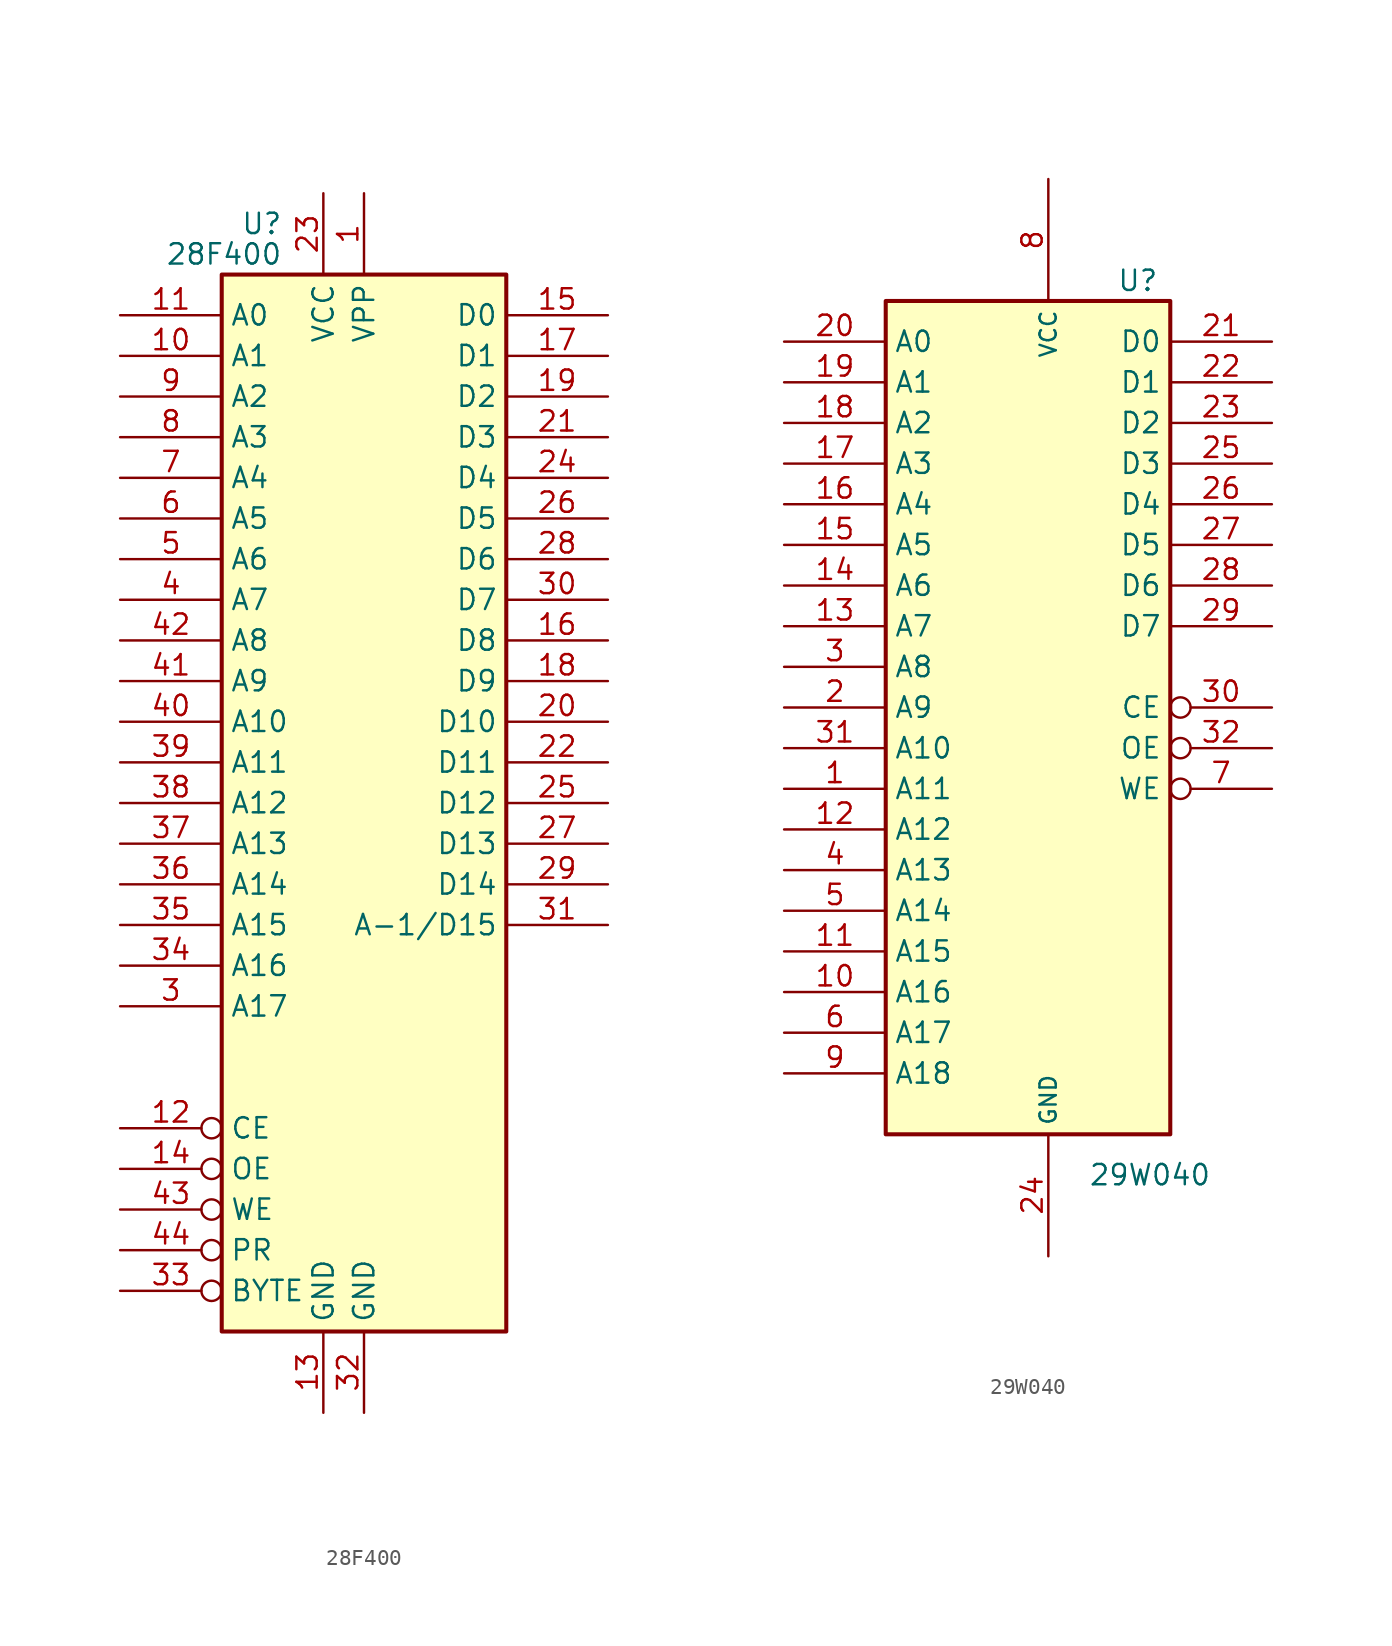
<source format=kicad_sym>
(kicad_symbol_lib
  (version 20201005)
  (generator kicad_symbol_editor)
  (symbol "Memory_Flash:28F400"
    (property "Reference" "U"
      (at -5.08 36.195 0)
      (effects (font (size 1.27 1.27)) (justify right)))
    (property "Value" "28F400"
      (at -5.08 34.29 0)
      (effects (font (size 1.27 1.27)) (justify right)))
    (symbol "28F400_0_1"
      (rectangle (start -8.89 33.02) (end 8.89 -33.02) (stroke (width 0.254)) (fill (type background))))
    (symbol "28F400_1_1"
      (pin power_in line (at 0 38.1 270) (length 5.08) (name "VPP" (effects (font (size 1.27 1.27)))) (number "1" (effects (font (size 1.27 1.27)))))
      (pin input line (at -15.24 27.94 0) (length 6.35) (name "A1" (effects (font (size 1.27 1.27)))) (number "10" (effects (font (size 1.27 1.27)))))
      (pin input line (at -15.24 30.48 0) (length 6.35) (name "A0" (effects (font (size 1.27 1.27)))) (number "11" (effects (font (size 1.27 1.27)))))
      (pin input inverted (at -15.24 -20.32 0) (length 6.35) (name "CE" (effects (font (size 1.27 1.27)))) (number "12" (effects (font (size 1.27 1.27)))))
      (pin power_in line (at -2.54 -38.1 90) (length 5.08) (name "GND" (effects (font (size 1.27 1.27)))) (number "13" (effects (font (size 1.27 1.27)))))
      (pin input inverted (at -15.24 -22.86 0) (length 6.35) (name "OE" (effects (font (size 1.27 1.27)))) (number "14" (effects (font (size 1.27 1.27)))))
      (pin tri_state line (at 15.24 30.48 180) (length 6.35) (name "D0" (effects (font (size 1.27 1.27)))) (number "15" (effects (font (size 1.27 1.27)))))
      (pin tri_state line (at 15.24 10.16 180) (length 6.35) (name "D8" (effects (font (size 1.27 1.27)))) (number "16" (effects (font (size 1.27 1.27)))))
      (pin tri_state line (at 15.24 27.94 180) (length 6.35) (name "D1" (effects (font (size 1.27 1.27)))) (number "17" (effects (font (size 1.27 1.27)))))
      (pin tri_state line (at 15.24 7.62 180) (length 6.35) (name "D9" (effects (font (size 1.27 1.27)))) (number "18" (effects (font (size 1.27 1.27)))))
      (pin tri_state line (at 15.24 25.4 180) (length 6.35) (name "D2" (effects (font (size 1.27 1.27)))) (number "19" (effects (font (size 1.27 1.27)))))
      (pin no_connect line (at 15.24 -30.48 180) (length 6.35) hide (name "DU" (effects (font (size 1.27 1.27)))) (number "2" (effects (font (size 1.27 1.27)))))
      (pin tri_state line (at 15.24 5.08 180) (length 6.35) (name "D10" (effects (font (size 1.27 1.27)))) (number "20" (effects (font (size 1.27 1.27)))))
      (pin tri_state line (at 15.24 22.86 180) (length 6.35) (name "D3" (effects (font (size 1.27 1.27)))) (number "21" (effects (font (size 1.27 1.27)))))
      (pin tri_state line (at 15.24 2.54 180) (length 6.35) (name "D11" (effects (font (size 1.27 1.27)))) (number "22" (effects (font (size 1.27 1.27)))))
      (pin power_in line (at -2.54 38.1 270) (length 5.08) (name "VCC" (effects (font (size 1.27 1.27)))) (number "23" (effects (font (size 1.27 1.27)))))
      (pin tri_state line (at 15.24 20.32 180) (length 6.35) (name "D4" (effects (font (size 1.27 1.27)))) (number "24" (effects (font (size 1.27 1.27)))))
      (pin tri_state line (at 15.24 0 180) (length 6.35) (name "D12" (effects (font (size 1.27 1.27)))) (number "25" (effects (font (size 1.27 1.27)))))
      (pin tri_state line (at 15.24 17.78 180) (length 6.35) (name "D5" (effects (font (size 1.27 1.27)))) (number "26" (effects (font (size 1.27 1.27)))))
      (pin tri_state line (at 15.24 -2.54 180) (length 6.35) (name "D13" (effects (font (size 1.27 1.27)))) (number "27" (effects (font (size 1.27 1.27)))))
      (pin tri_state line (at 15.24 15.24 180) (length 6.35) (name "D6" (effects (font (size 1.27 1.27)))) (number "28" (effects (font (size 1.27 1.27)))))
      (pin tri_state line (at 15.24 -5.08 180) (length 6.35) (name "D14" (effects (font (size 1.27 1.27)))) (number "29" (effects (font (size 1.27 1.27)))))
      (pin input line (at -15.24 -12.7 0) (length 6.35) (name "A17" (effects (font (size 1.27 1.27)))) (number "3" (effects (font (size 1.27 1.27)))))
      (pin tri_state line (at 15.24 12.7 180) (length 6.35) (name "D7" (effects (font (size 1.27 1.27)))) (number "30" (effects (font (size 1.27 1.27)))))
      (pin tri_state line (at 15.24 -7.62 180) (length 6.35) (name "A-1/D15" (effects (font (size 1.27 1.27)))) (number "31" (effects (font (size 1.27 1.27)))))
      (pin power_in line (at 0 -38.1 90) (length 5.08) (name "GND" (effects (font (size 1.27 1.27)))) (number "32" (effects (font (size 1.27 1.27)))))
      (pin input inverted (at -15.24 -30.48 0) (length 6.35) (name "BYTE" (effects (font (size 1.27 1.27)))) (number "33" (effects (font (size 1.27 1.27)))))
      (pin input line (at -15.24 -10.16 0) (length 6.35) (name "A16" (effects (font (size 1.27 1.27)))) (number "34" (effects (font (size 1.27 1.27)))))
      (pin input line (at -15.24 -7.62 0) (length 6.35) (name "A15" (effects (font (size 1.27 1.27)))) (number "35" (effects (font (size 1.27 1.27)))))
      (pin input line (at -15.24 -5.08 0) (length 6.35) (name "A14" (effects (font (size 1.27 1.27)))) (number "36" (effects (font (size 1.27 1.27)))))
      (pin input line (at -15.24 -2.54 0) (length 6.35) (name "A13" (effects (font (size 1.27 1.27)))) (number "37" (effects (font (size 1.27 1.27)))))
      (pin input line (at -15.24 0 0) (length 6.35) (name "A12" (effects (font (size 1.27 1.27)))) (number "38" (effects (font (size 1.27 1.27)))))
      (pin input line (at -15.24 2.54 0) (length 6.35) (name "A11" (effects (font (size 1.27 1.27)))) (number "39" (effects (font (size 1.27 1.27)))))
      (pin input line (at -15.24 12.7 0) (length 6.35) (name "A7" (effects (font (size 1.27 1.27)))) (number "4" (effects (font (size 1.27 1.27)))))
      (pin input line (at -15.24 5.08 0) (length 6.35) (name "A10" (effects (font (size 1.27 1.27)))) (number "40" (effects (font (size 1.27 1.27)))))
      (pin input line (at -15.24 7.62 0) (length 6.35) (name "A9" (effects (font (size 1.27 1.27)))) (number "41" (effects (font (size 1.27 1.27)))))
      (pin input line (at -15.24 10.16 0) (length 6.35) (name "A8" (effects (font (size 1.27 1.27)))) (number "42" (effects (font (size 1.27 1.27)))))
      (pin input inverted (at -15.24 -25.4 0) (length 6.35) (name "WE" (effects (font (size 1.27 1.27)))) (number "43" (effects (font (size 1.27 1.27)))))
      (pin input inverted (at -15.24 -27.94 0) (length 6.35) (name "PR" (effects (font (size 1.27 1.27)))) (number "44" (effects (font (size 1.27 1.27)))))
      (pin input line (at -15.24 15.24 0) (length 6.35) (name "A6" (effects (font (size 1.27 1.27)))) (number "5" (effects (font (size 1.27 1.27)))))
      (pin input line (at -15.24 17.78 0) (length 6.35) (name "A5" (effects (font (size 1.27 1.27)))) (number "6" (effects (font (size 1.27 1.27)))))
      (pin input line (at -15.24 20.32 0) (length 6.35) (name "A4" (effects (font (size 1.27 1.27)))) (number "7" (effects (font (size 1.27 1.27)))))
      (pin input line (at -15.24 22.86 0) (length 6.35) (name "A3" (effects (font (size 1.27 1.27)))) (number "8" (effects (font (size 1.27 1.27)))))
      (pin input line (at -15.24 25.4 0) (length 6.35) (name "A2" (effects (font (size 1.27 1.27)))) (number "9" (effects (font (size 1.27 1.27)))))))
  (symbol "Memory_Flash:29W040"
    (property "Reference" "U"
      (at 6.858 24.13 0)
      (effects (font (size 1.27 1.27))))
    (property "Value" "29W040"
      (at 7.62 -31.75 0)
      (effects (font (size 1.27 1.27))))
    (symbol "29W040_0_1"
      (rectangle (start -8.89 22.86) (end 8.89 -29.21) (stroke (width 0.254)) (fill (type background))))
    (symbol "29W040_1_1"
      (pin input line (at -15.24 -7.62 0) (length 6.35) (name "A11" (effects (font (size 1.27 1.27)))) (number "1" (effects (font (size 1.27 1.27)))))
      (pin input line (at -15.24 -20.32 0) (length 6.35) (name "A16" (effects (font (size 1.27 1.27)))) (number "10" (effects (font (size 1.27 1.27)))))
      (pin input line (at -15.24 -17.78 0) (length 6.35) (name "A15" (effects (font (size 1.27 1.27)))) (number "11" (effects (font (size 1.27 1.27)))))
      (pin input line (at -15.24 -10.16 0) (length 6.35) (name "A12" (effects (font (size 1.27 1.27)))) (number "12" (effects (font (size 1.27 1.27)))))
      (pin input line (at -15.24 2.54 0) (length 6.35) (name "A7" (effects (font (size 1.27 1.27)))) (number "13" (effects (font (size 1.27 1.27)))))
      (pin input line (at -15.24 5.08 0) (length 6.35) (name "A6" (effects (font (size 1.27 1.27)))) (number "14" (effects (font (size 1.27 1.27)))))
      (pin input line (at -15.24 7.62 0) (length 6.35) (name "A5" (effects (font (size 1.27 1.27)))) (number "15" (effects (font (size 1.27 1.27)))))
      (pin input line (at -15.24 10.16 0) (length 6.35) (name "A4" (effects (font (size 1.27 1.27)))) (number "16" (effects (font (size 1.27 1.27)))))
      (pin input line (at -15.24 12.7 0) (length 6.35) (name "A3" (effects (font (size 1.27 1.27)))) (number "17" (effects (font (size 1.27 1.27)))))
      (pin input line (at -15.24 15.24 0) (length 6.35) (name "A2" (effects (font (size 1.27 1.27)))) (number "18" (effects (font (size 1.27 1.27)))))
      (pin input line (at -15.24 17.78 0) (length 6.35) (name "A1" (effects (font (size 1.27 1.27)))) (number "19" (effects (font (size 1.27 1.27)))))
      (pin input line (at -15.24 -2.54 0) (length 6.35) (name "A9" (effects (font (size 1.27 1.27)))) (number "2" (effects (font (size 1.27 1.27)))))
      (pin input line (at -15.24 20.32 0) (length 6.35) (name "A0" (effects (font (size 1.27 1.27)))) (number "20" (effects (font (size 1.27 1.27)))))
      (pin tri_state line (at 15.24 20.32 180) (length 6.35) (name "D0" (effects (font (size 1.27 1.27)))) (number "21" (effects (font (size 1.27 1.27)))))
      (pin tri_state line (at 15.24 17.78 180) (length 6.35) (name "D1" (effects (font (size 1.27 1.27)))) (number "22" (effects (font (size 1.27 1.27)))))
      (pin tri_state line (at 15.24 15.24 180) (length 6.35) (name "D2" (effects (font (size 1.27 1.27)))) (number "23" (effects (font (size 1.27 1.27)))))
      (pin power_in line (at 1.27 -36.83 90) (length 7.62) (name "GND" (effects (font (size 1.016 1.016)))) (number "24" (effects (font (size 1.27 1.27)))))
      (pin tri_state line (at 15.24 12.7 180) (length 6.35) (name "D3" (effects (font (size 1.27 1.27)))) (number "25" (effects (font (size 1.27 1.27)))))
      (pin tri_state line (at 15.24 10.16 180) (length 6.35) (name "D4" (effects (font (size 1.27 1.27)))) (number "26" (effects (font (size 1.27 1.27)))))
      (pin tri_state line (at 15.24 7.62 180) (length 6.35) (name "D5" (effects (font (size 1.27 1.27)))) (number "27" (effects (font (size 1.27 1.27)))))
      (pin tri_state line (at 15.24 5.08 180) (length 6.35) (name "D6" (effects (font (size 1.27 1.27)))) (number "28" (effects (font (size 1.27 1.27)))))
      (pin tri_state line (at 15.24 2.54 180) (length 6.35) (name "D7" (effects (font (size 1.27 1.27)))) (number "29" (effects (font (size 1.27 1.27)))))
      (pin input line (at -15.24 0 0) (length 6.35) (name "A8" (effects (font (size 1.27 1.27)))) (number "3" (effects (font (size 1.27 1.27)))))
      (pin input inverted (at 15.24 -2.54 180) (length 6.35) (name "CE" (effects (font (size 1.27 1.27)))) (number "30" (effects (font (size 1.27 1.27)))))
      (pin input line (at -15.24 -5.08 0) (length 6.35) (name "A10" (effects (font (size 1.27 1.27)))) (number "31" (effects (font (size 1.27 1.27)))))
      (pin input inverted (at 15.24 -5.08 180) (length 6.35) (name "OE" (effects (font (size 1.27 1.27)))) (number "32" (effects (font (size 1.27 1.27)))))
      (pin input line (at -15.24 -12.7 0) (length 6.35) (name "A13" (effects (font (size 1.27 1.27)))) (number "4" (effects (font (size 1.27 1.27)))))
      (pin input line (at -15.24 -15.24 0) (length 6.35) (name "A14" (effects (font (size 1.27 1.27)))) (number "5" (effects (font (size 1.27 1.27)))))
      (pin input line (at -15.24 -22.86 0) (length 6.35) (name "A17" (effects (font (size 1.27 1.27)))) (number "6" (effects (font (size 1.27 1.27)))))
      (pin input inverted (at 15.24 -7.62 180) (length 6.35) (name "WE" (effects (font (size 1.27 1.27)))) (number "7" (effects (font (size 1.27 1.27)))))
      (pin power_in line (at 1.27 30.48 270) (length 7.62) (name "VCC" (effects (font (size 1.016 1.016)))) (number "8" (effects (font (size 1.27 1.27)))))
      (pin input line (at -15.24 -25.4 0) (length 6.35) (name "A18" (effects (font (size 1.27 1.27)))) (number "9" (effects (font (size 1.27 1.27))))))))
</source>
